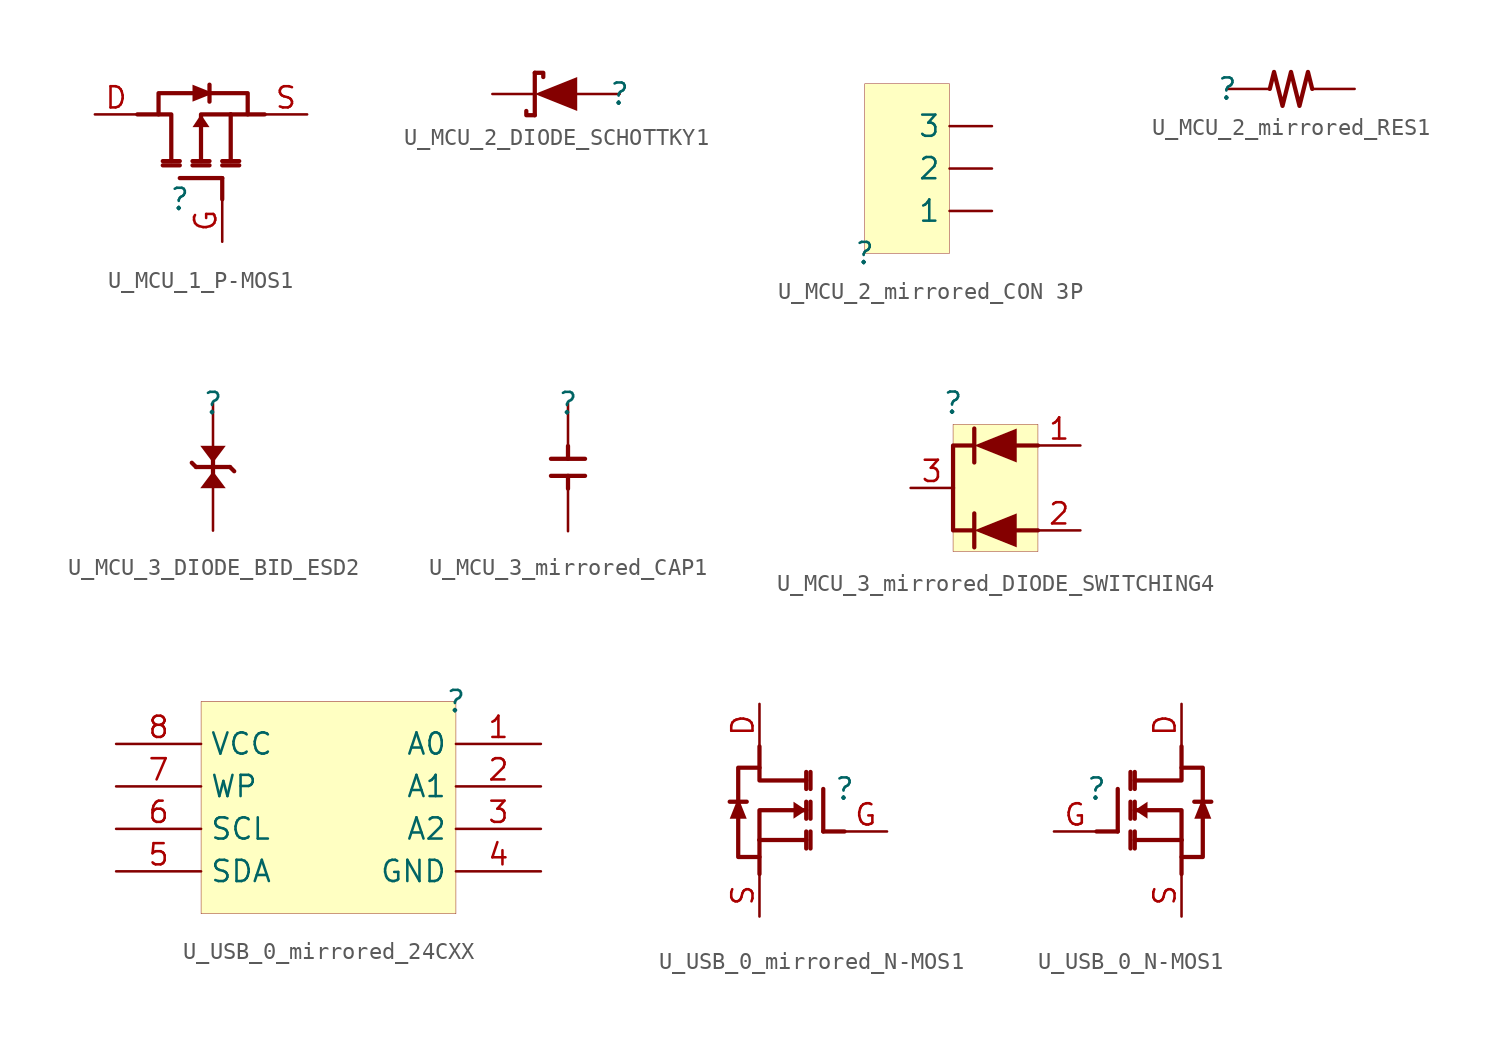
<source format=kicad_sym>
(kicad_symbol_lib
  (version 20231120)
  (generator "kicad_symbol_editor")
  (generator_version "8.0")
  (symbol "U_MCU_1_P-MOS1"
    (property "Reference" ""
      (at 0 0 0)
      (effects (font (size 1.27 1.27))))
    (property "Value" ""
      (at 0 0 0)
      (effects (font (size 1.27 1.27))))
    (symbol "U_MCU_1_P-MOS1_1_0"
      (polyline (pts (xy -1.016 2.286) (xy 0 2.286)) (stroke (width 0.254) (type solid)) (fill (type none)))
      (polyline (pts (xy 0 2.032) (xy -1.016 2.032)) (stroke (width 0.254) (type solid)) (fill (type none)))
      (polyline (pts (xy 0.762 2.032) (xy 1.778 2.032)) (stroke (width 0.254) (type solid)) (fill (type none)))
      (polyline (pts (xy 0.762 2.286) (xy 1.778 2.286)) (stroke (width 0.254) (type solid)) (fill (type none)))
      (polyline (pts (xy 1.778 5.842) (xy 1.778 6.858)) (stroke (width 0.254) (type solid)) (fill (type none)))
      (polyline (pts (xy 2.54 0) (xy 2.54 1.27)) (stroke (width 0.254) (type solid)) (fill (type none)))
      (polyline (pts (xy 2.54 1.27) (xy 0 1.27)) (stroke (width 0.254) (type solid)) (fill (type none)))
      (polyline (pts (xy 2.54 2.032) (xy 3.556 2.032)) (stroke (width 0.254) (type solid)) (fill (type none)))
      (polyline (pts (xy 2.54 2.286) (xy 3.556 2.286)) (stroke (width 0.254) (type solid)) (fill (type none)))
      (polyline (pts (xy 3.048 5.08) (xy 3.048 2.286)) (stroke (width 0.254) (type solid)) (fill (type none)))
      (polyline (pts (xy 5.08 5.08) (xy 3.048 5.08)) (stroke (width 0.254) (type solid)) (fill (type none)))
      (polyline (pts (xy -2.54 5.08) (xy -0.508 5.08) (xy -0.508 2.286)) (stroke (width 0.254) (type solid)) (fill (type none)))
      (polyline (pts (xy 3.048 5.08) (xy 1.27 5.08) (xy 1.27 2.286)) (stroke (width 0.254) (type solid)) (fill (type none)))
      (polyline (pts (xy -1.27 5.08) (xy -1.27 6.35) (xy 4.064 6.35) (xy 4.064 5.08)) (stroke (width 0.254) (type solid)) (fill (type none)))
      (polyline (pts (xy 0.762 4.318) (xy 1.778 4.318) (xy 1.27 5.08) (xy 0.762 4.318)) (stroke (width -0.0001) (type solid)) (fill (type outline)))
      (polyline (pts (xy 0.762 6.858) (xy 0.762 5.842) (xy 2.032 6.35) (xy 0.762 6.858)) (stroke (width -0.0001) (type solid)) (fill (type outline)))
      (pin passive line (at -5.08 5.08 0) (length 2.54) (name "D" (effects (font (size 0 0)))) (number "D" (effects (font (size 1.27 1.27)))))
      (pin passive line (at 2.54 -2.54 90) (length 2.54) (name "G" (effects (font (size 0 0)))) (number "G" (effects (font (size 1.27 1.27)))))
      (pin passive line (at 7.62 5.08 180) (length 2.54) (name "S" (effects (font (size 0 0)))) (number "S" (effects (font (size 1.27 1.27)))))))
  (symbol "U_MCU_2_DIODE_SCHOTTKY1"
    (property "Reference" ""
      (at 0 0 0)
      (effects (font (size 1.27 1.27))))
    (property "Value" ""
      (at 0 0 0)
      (effects (font (size 1.27 1.27))))
    (symbol "U_MCU_2_DIODE_SCHOTTKY1_1_0"
      (polyline (pts (xy -5.08 -1.27) (xy -5.08 1.27)) (stroke (width 0.254) (type solid)) (fill (type none)))
      (polyline (pts (xy -5.08 -1.27) (xy -5.588 -1.27) (xy -5.588 -1.016)) (stroke (width 0.254) (type solid)) (fill (type none)))
      (polyline (pts (xy -5.08 1.27) (xy -4.572 1.27) (xy -4.572 1.016)) (stroke (width 0.254) (type solid)) (fill (type none)))
      (polyline (pts (xy -5.08 0) (xy -2.54 -1.016) (xy -2.54 1.016) (xy -5.08 0)) (stroke (width -0.0001) (type solid)) (fill (type outline)))
      (pin passive line (at 0 0 180) (length 2.54) (name "A" (effects (font (size 0 0)))) (number "A" (effects (font (size 0 0)))))
      (pin passive line (at -7.62 0 0) (length 2.54) (name "K" (effects (font (size 0 0)))) (number "K" (effects (font (size 0 0)))))))
  (symbol "U_MCU_2_mirrored_CON 3P"
    (property "Reference" ""
      (at 0 0 0)
      (effects (font (size 1.27 1.27))))
    (property "Value" ""
      (at 0 0 0)
      (effects (font (size 1.27 1.27))))
    (symbol "U_MCU_2_mirrored_CON 3P_1_0"
      (rectangle (start 5.08 10.16) (end 0 0) (stroke (width 0.025) (type solid) (color 128 0 0 1)) (fill (type background)))
      (pin passive line (at 7.62 2.54 180) (length 2.54) (name "1" (effects (font (size 1.27 1.27)))) (number "1" (effects (font (size 0 0)))))
      (pin passive line (at 7.62 5.08 180) (length 2.54) (name "2" (effects (font (size 1.27 1.27)))) (number "2" (effects (font (size 0 0)))))
      (pin passive line (at 7.62 7.62 180) (length 2.54) (name "3" (effects (font (size 1.27 1.27)))) (number "3" (effects (font (size 0 0)))))))
  (symbol "U_MCU_2_mirrored_RES1"
    (property "Reference" ""
      (at 0 0 0)
      (effects (font (size 1.27 1.27))))
    (property "Value" ""
      (at 0 0 0)
      (effects (font (size 1.27 1.27))))
    (symbol "U_MCU_2_mirrored_RES1_1_0"
      (polyline (pts (xy 2.54 0) (xy 2.794 1.016) (xy 3.302 -1.016) (xy 3.81 1.016) (xy 4.318 -1.016) (xy 4.826 1.016) (xy 5.08 0)) (stroke (width 0.254) (type solid)) (fill (type none)))
      (pin passive line (at 0 0 0) (length 2.54) (name "1" (effects (font (size 0 0)))) (number "1" (effects (font (size 0 0)))))
      (pin passive line (at 7.62 0 180) (length 2.54) (name "2" (effects (font (size 0 0)))) (number "2" (effects (font (size 0 0)))))))
  (symbol "U_MCU_3_DIODE_BID_ESD2"
    (property "Reference" ""
      (at 0 0 0)
      (effects (font (size 1.27 1.27))))
    (property "Value" ""
      (at 0 0 0)
      (effects (font (size 1.27 1.27))))
    (symbol "U_MCU_3_DIODE_BID_ESD2_1_0"
      (polyline (pts (xy -1.016 -3.81) (xy -1.27 -3.556)) (stroke (width 0.254) (type solid)) (fill (type none)))
      (polyline (pts (xy 0 -3.302) (xy 0 -4.318)) (stroke (width 0.254) (type solid)) (fill (type none)))
      (polyline (pts (xy 1.016 -3.81) (xy -1.016 -3.81)) (stroke (width 0.254) (type solid)) (fill (type none)))
      (polyline (pts (xy 1.016 -3.81) (xy 1.27 -4.064)) (stroke (width 0.254) (type solid)) (fill (type none)))
      (polyline (pts (xy 0 -4.064) (xy -0.762 -5.08) (xy 0.762 -5.08) (xy 0 -4.064)) (stroke (width -0.0001) (type solid)) (fill (type outline)))
      (polyline (pts (xy 0 -3.556) (xy 0.762 -2.54) (xy -0.762 -2.54) (xy 0 -3.556)) (stroke (width -0.0001) (type solid)) (fill (type outline)))
      (pin passive line (at 0 0 270) (length 2.54) (name "1" (effects (font (size 0 0)))) (number "1" (effects (font (size 0 0)))))
      (pin passive line (at 0 -7.62 90) (length 2.54) (name "2" (effects (font (size 0 0)))) (number "2" (effects (font (size 0 0)))))))
  (symbol "U_MCU_3_mirrored_CAP1"
    (property "Reference" ""
      (at 0 0 0)
      (effects (font (size 1.27 1.27))))
    (property "Value" ""
      (at 0 0 0)
      (effects (font (size 1.27 1.27))))
    (symbol "U_MCU_3_mirrored_CAP1_1_0"
      (polyline (pts (xy -1.016 -4.318) (xy 1.016 -4.318)) (stroke (width 0.254) (type solid)) (fill (type none)))
      (polyline (pts (xy -1.016 -3.302) (xy 1.016 -3.302)) (stroke (width 0.254) (type solid)) (fill (type none)))
      (polyline (pts (xy 0 -5.08) (xy 0 -4.318)) (stroke (width 0.254) (type solid)) (fill (type none)))
      (polyline (pts (xy 0 -2.54) (xy 0 -3.302)) (stroke (width 0.254) (type solid)) (fill (type none)))
      (pin passive line (at 0 0 270) (length 2.54) (name "1" (effects (font (size 0 0)))) (number "1" (effects (font (size 0 0)))))
      (pin passive line (at 0 -7.62 90) (length 2.54) (name "2" (effects (font (size 0 0)))) (number "2" (effects (font (size 0 0)))))))
  (symbol "U_MCU_3_mirrored_DIODE_SWITCHING4"
    (property "Reference" ""
      (at 0 0 0)
      (effects (font (size 1.27 1.27))))
    (property "Value" ""
      (at 0 0 0)
      (effects (font (size 1.27 1.27))))
    (symbol "U_MCU_3_mirrored_DIODE_SWITCHING4_1_0"
      (polyline (pts (xy 1.27 -8.636) (xy 1.27 -6.604)) (stroke (width 0.254) (type solid)) (fill (type none)))
      (polyline (pts (xy 1.27 -1.524) (xy 1.27 -3.556)) (stroke (width 0.254) (type solid)) (fill (type none)))
      (polyline (pts (xy 3.81 -7.62) (xy 5.08 -7.62)) (stroke (width 0.254) (type solid)) (fill (type none)))
      (polyline (pts (xy 3.81 -2.54) (xy 5.08 -2.54)) (stroke (width 0.254) (type solid)) (fill (type none)))
      (polyline (pts (xy 1.27 -7.62) (xy 0 -7.62) (xy 0 -5.08)) (stroke (width 0.254) (type solid)) (fill (type none)))
      (polyline (pts (xy 1.27 -2.54) (xy 0 -2.54) (xy 0 -5.08)) (stroke (width 0.254) (type solid)) (fill (type none)))
      (polyline (pts (xy 1.27 -7.62) (xy 3.81 -8.636) (xy 3.81 -6.604) (xy 1.27 -7.62)) (stroke (width -0.0001) (type solid)) (fill (type outline)))
      (polyline (pts (xy 1.27 -2.54) (xy 3.81 -1.524) (xy 3.81 -3.556) (xy 1.27 -2.54)) (stroke (width -0.0001) (type solid)) (fill (type outline)))
      (rectangle (start 5.08 -1.27) (end 0 -8.89) (stroke (width 0.025) (type solid) (color 128 0 0 1)) (fill (type background)))
      (pin passive line (at 7.62 -2.54 180) (length 2.54) (name "" (effects (font (size 0 0)))) (number "1" (effects (font (size 1.27 1.27)))))
      (pin passive line (at 7.62 -7.62 180) (length 2.54) (name "" (effects (font (size 0 0)))) (number "2" (effects (font (size 1.27 1.27)))))
      (pin passive line (at -2.54 -5.08 0) (length 2.54) (name "" (effects (font (size 0 0)))) (number "3" (effects (font (size 1.27 1.27)))))))
  (symbol "U_USB_0_mirrored_24CXX"
    (property "Reference" ""
      (at 0 0 0)
      (effects (font (size 1.27 1.27))))
    (property "Value" ""
      (at 0 0 0)
      (effects (font (size 1.27 1.27))))
    (symbol "U_USB_0_mirrored_24CXX_1_0"
      (rectangle (start 0 0) (end -15.24 -12.7) (stroke (width 0.025) (type solid) (color 128 0 0 1)) (fill (type background)))
      (pin passive line (at 5.08 -2.54 180) (length 5.08) (name "A0" (effects (font (size 1.27 1.27)))) (number "1" (effects (font (size 1.27 1.27)))))
      (pin passive line (at 5.08 -5.08 180) (length 5.08) (name "A1" (effects (font (size 1.27 1.27)))) (number "2" (effects (font (size 1.27 1.27)))))
      (pin passive line (at 5.08 -7.62 180) (length 5.08) (name "A2" (effects (font (size 1.27 1.27)))) (number "3" (effects (font (size 1.27 1.27)))))
      (pin passive line (at 5.08 -10.16 180) (length 5.08) (name "GND" (effects (font (size 1.27 1.27)))) (number "4" (effects (font (size 1.27 1.27)))))
      (pin passive line (at -20.32 -10.16 0) (length 5.08) (name "SDA" (effects (font (size 1.27 1.27)))) (number "5" (effects (font (size 1.27 1.27)))))
      (pin passive line (at -20.32 -7.62 0) (length 5.08) (name "SCL" (effects (font (size 1.27 1.27)))) (number "6" (effects (font (size 1.27 1.27)))))
      (pin passive line (at -20.32 -5.08 0) (length 5.08) (name "WP" (effects (font (size 1.27 1.27)))) (number "7" (effects (font (size 1.27 1.27)))))
      (pin passive line (at -20.32 -2.54 0) (length 5.08) (name "VCC" (effects (font (size 1.27 1.27)))) (number "8" (effects (font (size 1.27 1.27)))))))
  (symbol "U_USB_0_mirrored_N-MOS1"
    (property "Reference" ""
      (at 0 0 0)
      (effects (font (size 1.27 1.27))))
    (property "Value" ""
      (at 0 0 0)
      (effects (font (size 1.27 1.27))))
    (symbol "U_USB_0_mirrored_N-MOS1_1_0"
      (polyline (pts (xy -6.858 -0.762) (xy -5.842 -0.762)) (stroke (width 0.254) (type solid)) (fill (type none)))
      (polyline (pts (xy -5.08 -5.08) (xy -5.08 -3.048)) (stroke (width 0.254) (type solid)) (fill (type none)))
      (polyline (pts (xy -5.08 -3.048) (xy -2.286 -3.048)) (stroke (width 0.254) (type solid)) (fill (type none)))
      (polyline (pts (xy -2.286 -2.54) (xy -2.286 -3.556)) (stroke (width 0.254) (type solid)) (fill (type none)))
      (polyline (pts (xy -2.286 -0.762) (xy -2.286 -1.778)) (stroke (width 0.254) (type solid)) (fill (type none)))
      (polyline (pts (xy -2.286 1.016) (xy -2.286 0)) (stroke (width 0.254) (type solid)) (fill (type none)))
      (polyline (pts (xy -2.032 -2.54) (xy -2.032 -3.556)) (stroke (width 0.254) (type solid)) (fill (type none)))
      (polyline (pts (xy -2.032 -0.762) (xy -2.032 -1.778)) (stroke (width 0.254) (type solid)) (fill (type none)))
      (polyline (pts (xy -2.032 0) (xy -2.032 1.016)) (stroke (width 0.254) (type solid)) (fill (type none)))
      (polyline (pts (xy -1.27 -2.54) (xy -1.27 0)) (stroke (width 0.254) (type solid)) (fill (type none)))
      (polyline (pts (xy 0 -2.54) (xy -1.27 -2.54)) (stroke (width 0.254) (type solid)) (fill (type none)))
      (polyline (pts (xy -5.08 -3.048) (xy -5.08 -1.27) (xy -2.286 -1.27)) (stroke (width 0.254) (type solid)) (fill (type none)))
      (polyline (pts (xy -5.08 2.54) (xy -5.08 0.508) (xy -2.286 0.508)) (stroke (width 0.254) (type solid)) (fill (type none)))
      (polyline (pts (xy -5.842 -1.778) (xy -6.858 -1.778) (xy -6.35 -0.508) (xy -5.842 -1.778)) (stroke (width -0.0001) (type solid)) (fill (type outline)))
      (polyline (pts (xy -5.08 1.27) (xy -6.35 1.27) (xy -6.35 -4.064) (xy -5.08 -4.064)) (stroke (width 0.254) (type solid)) (fill (type none)))
      (polyline (pts (xy -3.048 -1.778) (xy -3.048 -0.762) (xy -2.286 -1.27) (xy -3.048 -1.778)) (stroke (width -0.0001) (type solid)) (fill (type outline)))
      (pin passive line (at -5.08 5.08 270) (length 2.54) (name "D" (effects (font (size 0 0)))) (number "D" (effects (font (size 1.27 1.27)))))
      (pin passive line (at 2.54 -2.54 180) (length 2.54) (name "G" (effects (font (size 0 0)))) (number "G" (effects (font (size 1.27 1.27)))))
      (pin passive line (at -5.08 -7.62 90) (length 2.54) (name "S" (effects (font (size 0 0)))) (number "S" (effects (font (size 1.27 1.27)))))))
  (symbol "U_USB_0_N-MOS1"
    (property "Reference" ""
      (at 0 0 0)
      (effects (font (size 1.27 1.27))))
    (property "Value" ""
      (at 0 0 0)
      (effects (font (size 1.27 1.27))))
    (symbol "U_USB_0_N-MOS1_1_0"
      (polyline (pts (xy 0 -2.54) (xy 1.27 -2.54)) (stroke (width 0.254) (type solid)) (fill (type none)))
      (polyline (pts (xy 1.27 -2.54) (xy 1.27 0)) (stroke (width 0.254) (type solid)) (fill (type none)))
      (polyline (pts (xy 2.032 -2.54) (xy 2.032 -3.556)) (stroke (width 0.254) (type solid)) (fill (type none)))
      (polyline (pts (xy 2.032 -0.762) (xy 2.032 -1.778)) (stroke (width 0.254) (type solid)) (fill (type none)))
      (polyline (pts (xy 2.032 0) (xy 2.032 1.016)) (stroke (width 0.254) (type solid)) (fill (type none)))
      (polyline (pts (xy 2.286 -2.54) (xy 2.286 -3.556)) (stroke (width 0.254) (type solid)) (fill (type none)))
      (polyline (pts (xy 2.286 -0.762) (xy 2.286 -1.778)) (stroke (width 0.254) (type solid)) (fill (type none)))
      (polyline (pts (xy 2.286 1.016) (xy 2.286 0)) (stroke (width 0.254) (type solid)) (fill (type none)))
      (polyline (pts (xy 5.08 -5.08) (xy 5.08 -3.048)) (stroke (width 0.254) (type solid)) (fill (type none)))
      (polyline (pts (xy 5.08 -3.048) (xy 2.286 -3.048)) (stroke (width 0.254) (type solid)) (fill (type none)))
      (polyline (pts (xy 6.858 -0.762) (xy 5.842 -0.762)) (stroke (width 0.254) (type solid)) (fill (type none)))
      (polyline (pts (xy 5.08 -3.048) (xy 5.08 -1.27) (xy 2.286 -1.27)) (stroke (width 0.254) (type solid)) (fill (type none)))
      (polyline (pts (xy 5.08 2.54) (xy 5.08 0.508) (xy 2.286 0.508)) (stroke (width 0.254) (type solid)) (fill (type none)))
      (polyline (pts (xy 3.048 -1.778) (xy 3.048 -0.762) (xy 2.286 -1.27) (xy 3.048 -1.778)) (stroke (width -0.0001) (type solid)) (fill (type outline)))
      (polyline (pts (xy 5.08 1.27) (xy 6.35 1.27) (xy 6.35 -4.064) (xy 5.08 -4.064)) (stroke (width 0.254) (type solid)) (fill (type none)))
      (polyline (pts (xy 5.842 -1.778) (xy 6.858 -1.778) (xy 6.35 -0.508) (xy 5.842 -1.778)) (stroke (width -0.0001) (type solid)) (fill (type outline)))
      (pin passive line (at 5.08 5.08 270) (length 2.54) (name "D" (effects (font (size 0 0)))) (number "D" (effects (font (size 1.27 1.27)))))
      (pin passive line (at -2.54 -2.54 0) (length 2.54) (name "G" (effects (font (size 0 0)))) (number "G" (effects (font (size 1.27 1.27)))))
      (pin passive line (at 5.08 -7.62 90) (length 2.54) (name "S" (effects (font (size 0 0)))) (number "S" (effects (font (size 1.27 1.27))))))))
</source>
